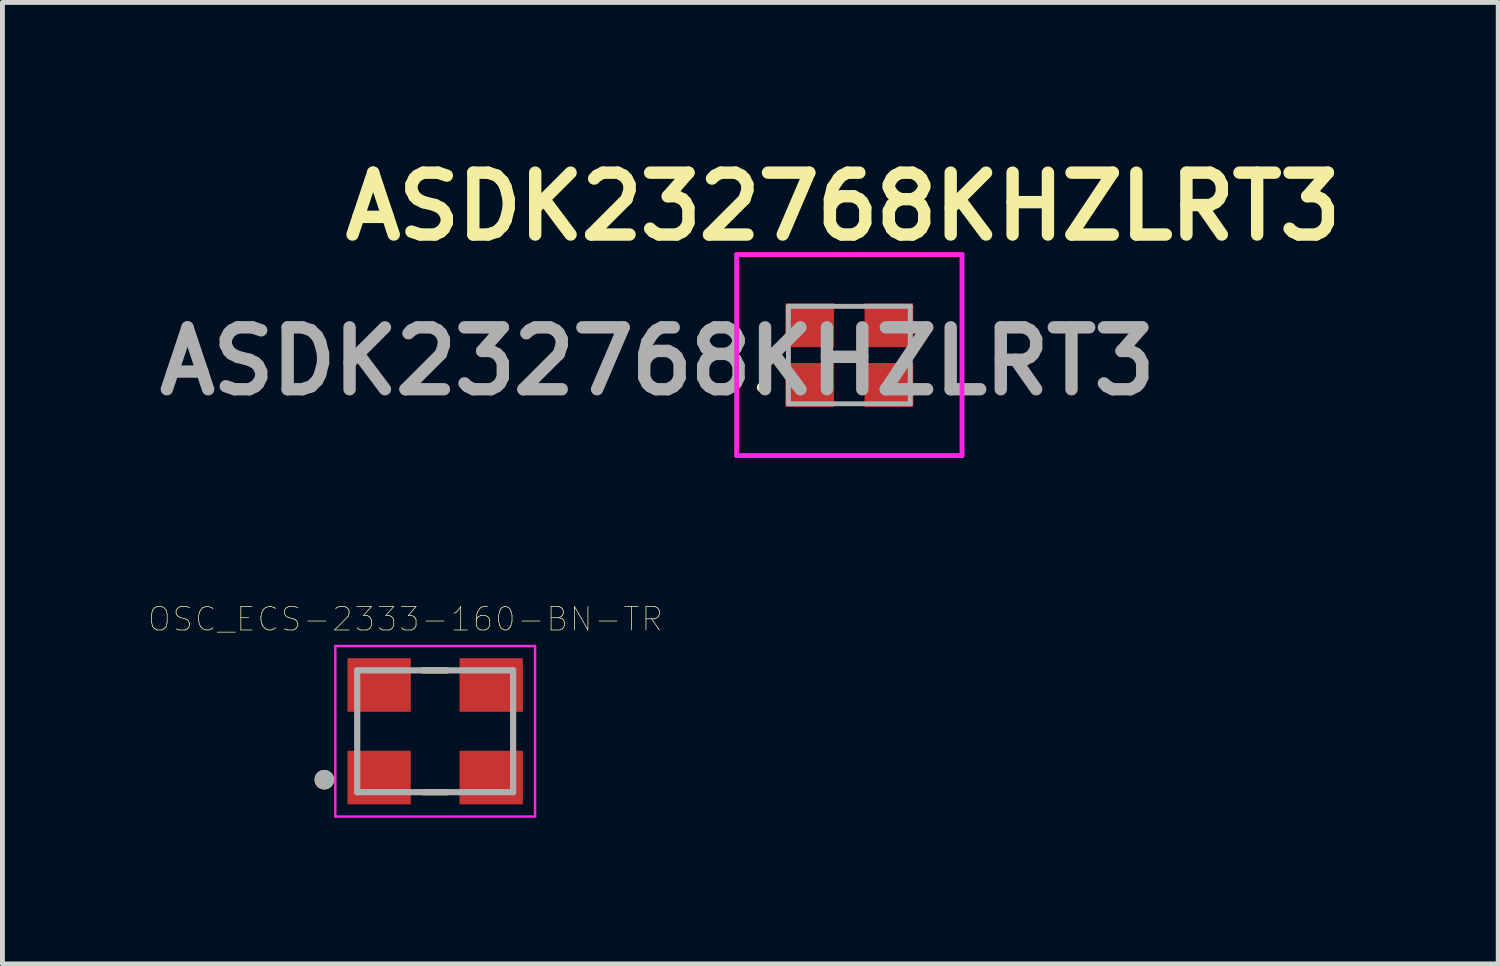
<source format=kicad_pcb>
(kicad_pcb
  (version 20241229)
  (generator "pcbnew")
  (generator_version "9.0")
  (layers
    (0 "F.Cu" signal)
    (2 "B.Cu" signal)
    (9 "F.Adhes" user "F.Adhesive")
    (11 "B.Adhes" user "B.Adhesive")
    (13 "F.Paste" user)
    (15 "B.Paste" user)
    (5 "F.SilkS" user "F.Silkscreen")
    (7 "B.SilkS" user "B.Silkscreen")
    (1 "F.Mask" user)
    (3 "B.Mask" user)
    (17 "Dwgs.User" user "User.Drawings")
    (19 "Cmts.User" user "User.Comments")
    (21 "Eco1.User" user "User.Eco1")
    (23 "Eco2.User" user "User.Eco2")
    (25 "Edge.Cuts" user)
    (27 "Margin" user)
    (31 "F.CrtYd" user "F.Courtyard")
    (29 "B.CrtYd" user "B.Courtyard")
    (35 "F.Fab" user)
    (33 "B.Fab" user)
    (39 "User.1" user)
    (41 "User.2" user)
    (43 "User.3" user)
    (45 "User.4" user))
  (footprint "OSC_ECS-2333-160-BN-TR"
    (layer "F.Cu")
    (at 5.881 11.958)
    (property "Reference" "OSC_ECS-2333-160-BN-TR" (at -0.61 -2.301 0) (layer "F.SilkS") (effects (font (size 0.481 0.481) (thickness 0.015))))
    (attr through_hole)
    (fp_line (start -0.25 -1.25) (end 0.25 -1.25) (stroke (width 0.127) (type solid)) (layer "F.SilkS"))
    (fp_line (start -0.25 1.25) (end 0.25 1.25) (stroke (width 0.127) (type solid)) (layer "F.SilkS"))
    (fp_circle (center -2.275 0.994) (end -2.175 0.994) (stroke (width 0.2) (type solid)) (fill no) (layer "F.SilkS"))
    (fp_line (start -2.05 -1.75) (end 2.05 -1.75) (stroke (width 0.05) (type solid)) (layer "F.CrtYd"))
    (fp_line (start -2.05 1.75) (end -2.05 -1.75) (stroke (width 0.05) (type solid)) (layer "F.CrtYd"))
    (fp_line (start 2.05 -1.75) (end 2.05 1.75) (stroke (width 0.05) (type solid)) (layer "F.CrtYd"))
    (fp_line (start 2.05 1.75) (end -2.05 1.75) (stroke (width 0.05) (type solid)) (layer "F.CrtYd"))
    (fp_line (start -1.6 -1.25) (end 1.6 -1.25) (stroke (width 0.127) (type solid)) (layer "F.Fab"))
    (fp_line (start -1.6 1.25) (end -1.6 -1.25) (stroke (width 0.127) (type solid)) (layer "F.Fab"))
    (fp_line (start 1.6 -1.25) (end 1.6 1.25) (stroke (width 0.127) (type solid)) (layer "F.Fab"))
    (fp_line (start 1.6 1.25) (end -1.6 1.25) (stroke (width 0.127) (type solid)) (layer "F.Fab"))
    (fp_circle (center -2.275 0.994) (end -2.175 0.994) (stroke (width 0.2) (type solid)) (fill no) (layer "F.Fab"))
    (pad "1" smd rect (at -1.15 0.95) (size 1.3 1.1) (layers "F.Cu" "F.Mask" "F.Paste"))
    (pad "2" smd rect (at 1.15 0.95) (size 1.3 1.1) (layers "F.Cu" "F.Mask" "F.Paste"))
    (pad "3" smd rect (at 1.15 -0.95) (size 1.3 1.1) (layers "F.Cu" "F.Mask" "F.Paste"))
    (pad "4" smd rect (at -1.15 -0.95) (size 1.3 1.1) (layers "F.Cu" "F.Mask" "F.Paste")))
  (footprint "ASDK232768KHZLRT3"
    (layer "F.Cu")
    (at 14.381 4.237)
    (property "Reference" "ASDK232768KHZLRT3" (at -0.127 -3.048 0) (layer "F.SilkS") (effects (font (size 1.27 1.27) (thickness 0.254))))
    (attr smd)
    (fp_line (start -1.8 0.613) (end -1.8 0.613) (stroke (width 0.1) (type solid)) (layer "F.SilkS"))
    (fp_line (start -1.8 0.713) (end -1.8 0.713) (stroke (width 0.1) (type solid)) (layer "F.SilkS"))
    (fp_arc (start -1.8 0.612) (mid -1.7495 0.6625) (end -1.8 0.713) (stroke (width 0.1) (type solid)) (layer "F.SilkS"))
    (fp_arc (start -1.8 0.713) (mid -1.85 0.663) (end -1.8 0.613) (stroke (width 0.1) (type solid)) (layer "F.SilkS"))
    (fp_line (start -2.313 -2.063) (end 2.313 -2.063) (stroke (width 0.1) (type solid)) (layer "F.CrtYd"))
    (fp_line (start -2.313 2.063) (end -2.313 -2.063) (stroke (width 0.1) (type solid)) (layer "F.CrtYd"))
    (fp_line (start 2.313 -2.063) (end 2.313 2.063) (stroke (width 0.1) (type solid)) (layer "F.CrtYd"))
    (fp_line (start 2.313 2.063) (end -2.313 2.063) (stroke (width 0.1) (type solid)) (layer "F.CrtYd"))
    (fp_line (start -1.25 -1) (end 1.25 -1) (stroke (width 0.1) (type solid)) (layer "F.Fab"))
    (fp_line (start -1.25 1) (end -1.25 -1) (stroke (width 0.1) (type solid)) (layer "F.Fab"))
    (fp_line (start 1.25 -1) (end 1.25 1) (stroke (width 0.1) (type solid)) (layer "F.Fab"))
    (fp_line (start 1.25 1) (end -1.25 1) (stroke (width 0.1) (type solid)) (layer "F.Fab"))
    (fp_text user "${REFERENCE}" (at -3.937 0.127 0) (layer "F.Fab") (effects (font (size 1.27 1.27) (thickness 0.254))))
    (pad "1" smd rect (at -0.813 0.613 90) (size 0.9 1) (layers "F.Cu" "F.Mask" "F.Paste"))
    (pad "2" smd rect (at 0.813 0.613 90) (size 0.9 1) (layers "F.Cu" "F.Mask" "F.Paste"))
    (pad "3" smd rect (at 0.813 -0.612 90) (size 0.9 1) (layers "F.Cu" "F.Mask" "F.Paste"))
    (pad "4" smd rect (at -0.813 -0.612 90) (size 0.9 1) (layers "F.Cu" "F.Mask" "F.Paste")))
  (gr_rect
    (start -3 -3)
    (end 27.698 16.733)
    (stroke (width 0.1) (type default))
    (fill no)
    (layer "Edge.Cuts")))
</source>
